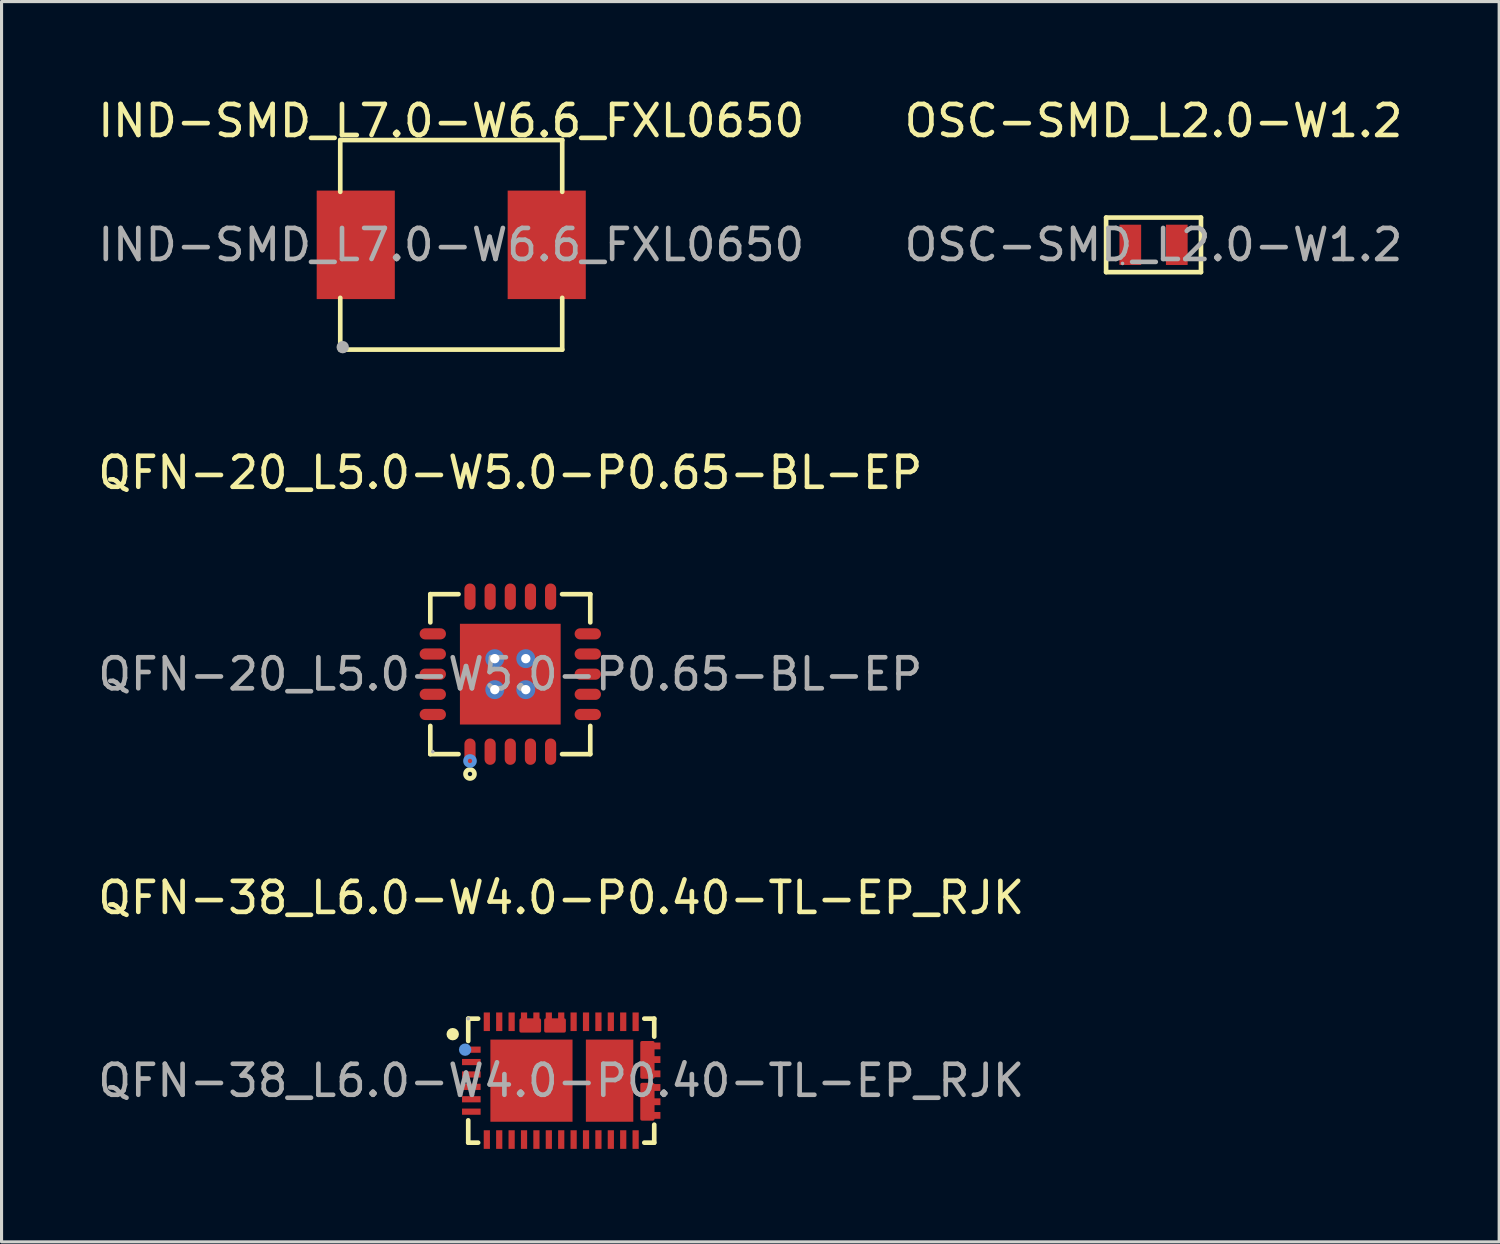
<source format=kicad_pcb>
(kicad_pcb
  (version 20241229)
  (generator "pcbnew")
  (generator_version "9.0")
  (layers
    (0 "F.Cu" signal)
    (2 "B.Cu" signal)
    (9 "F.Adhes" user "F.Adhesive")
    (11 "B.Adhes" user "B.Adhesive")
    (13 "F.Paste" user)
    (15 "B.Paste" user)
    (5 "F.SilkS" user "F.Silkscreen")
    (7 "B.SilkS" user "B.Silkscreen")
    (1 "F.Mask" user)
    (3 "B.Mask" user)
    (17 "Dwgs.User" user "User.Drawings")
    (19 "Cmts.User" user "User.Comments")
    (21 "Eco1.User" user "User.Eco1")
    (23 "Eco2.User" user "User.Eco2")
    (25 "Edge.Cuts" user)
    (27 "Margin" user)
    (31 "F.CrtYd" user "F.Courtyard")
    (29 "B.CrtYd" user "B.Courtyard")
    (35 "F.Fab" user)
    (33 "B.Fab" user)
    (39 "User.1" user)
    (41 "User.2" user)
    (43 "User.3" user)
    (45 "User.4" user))
  (footprint "QFN-38_L6.0-W4.0-P0.40-TL-EP_RJK"
    (layer "F.Cu")
    (at 15.054 31.81)
    (property "Reference" "QFN-38_L6.0-W4.0-P0.40-TL-EP_RJK" (at 0 -5.9 0) (layer "F.SilkS") (effects (font (size 1 1) (thickness 0.15))))
    (attr smd)
    (fp_line (start -3 -2) (end -3 -1.28) (stroke (width 0.15) (type solid)) (layer "F.SilkS"))
    (fp_line (start -3 1.28) (end -3 2) (stroke (width 0.15) (type solid)) (layer "F.SilkS"))
    (fp_line (start -3 2) (end -2.68 2) (stroke (width 0.15) (type solid)) (layer "F.SilkS"))
    (fp_line (start -2.68 -2) (end -3 -2) (stroke (width 0.15) (type solid)) (layer "F.SilkS"))
    (fp_line (start 2.68 2) (end 3 2) (stroke (width 0.15) (type solid)) (layer "F.SilkS"))
    (fp_line (start 3 -2) (end 2.68 -2) (stroke (width 0.15) (type solid)) (layer "F.SilkS"))
    (fp_line (start 3 -1.42) (end 3 -2) (stroke (width 0.15) (type solid)) (layer "F.SilkS"))
    (fp_line (start 3 2) (end 3 1.42) (stroke (width 0.15) (type solid)) (layer "F.SilkS"))
    (fp_circle (center -3.5 -1.5) (end -3.4 -1.5) (stroke (width 0.2) (type solid)) (fill no) (layer "F.SilkS"))
    (fp_circle (center -3.1 -1) (end -3 -1) (stroke (width 0.2) (type solid)) (fill no) (layer "Cmts.User"))
    (fp_circle (center -3 -2) (end -2.97 -2) (stroke (width 0.06) (type solid)) (fill no) (layer "F.Fab"))
    (fp_text user "${REFERENCE}" (at 0 0 0) (layer "F.Fab") (effects (font (size 1 1) (thickness 0.15))))
    (pad "1" smd rect (at -2.9 -1) (size 0.6 0.2) (layers "F.Cu" "F.Mask" "F.Paste"))
    (pad "2" smd rect (at -2.9 -0.6) (size 0.6 0.2) (layers "F.Cu" "F.Mask" "F.Paste"))
    (pad "3" smd rect (at -2.9 -0.2) (size 0.6 0.2) (layers "F.Cu" "F.Mask" "F.Paste"))
    (pad "4" smd rect (at -2.9 0.2) (size 0.6 0.2) (layers "F.Cu" "F.Mask" "F.Paste"))
    (pad "5" smd rect (at -2.9 0.6) (size 0.6 0.2) (layers "F.Cu" "F.Mask" "F.Paste"))
    (pad "6" smd rect (at -2.9 1) (size 0.6 0.2) (layers "F.Cu" "F.Mask" "F.Paste"))
    (pad "7" smd rect (at -2.4 1.9) (size 0.2 0.6) (layers "F.Cu" "F.Mask" "F.Paste"))
    (pad "8" smd rect (at -2 1.9) (size 0.2 0.6) (layers "F.Cu" "F.Mask" "F.Paste"))
    (pad "9" smd rect (at -1.6 1.9) (size 0.2 0.6) (layers "F.Cu" "F.Mask" "F.Paste"))
    (pad "10" smd rect (at -1.2 1.9) (size 0.2 0.6) (layers "F.Cu" "F.Mask" "F.Paste"))
    (pad "11" smd rect (at -0.8 1.9) (size 0.2 0.6) (layers "F.Cu" "F.Mask" "F.Paste"))
    (pad "12" smd rect (at -0.4 1.9) (size 0.2 0.6) (layers "F.Cu" "F.Mask" "F.Paste"))
    (pad "13" smd rect (at 0 1.9) (size 0.2 0.6) (layers "F.Cu" "F.Mask" "F.Paste"))
    (pad "14" smd rect (at 0.4 1.9) (size 0.2 0.6) (layers "F.Cu" "F.Mask" "F.Paste"))
    (pad "15" smd rect (at 0.8 1.9) (size 0.2 0.6) (layers "F.Cu" "F.Mask" "F.Paste"))
    (pad "16" smd rect (at 1.2 1.9) (size 0.2 0.6) (layers "F.Cu" "F.Mask" "F.Paste"))
    (pad "17" smd rect (at 1.6 1.9) (size 0.2 0.6) (layers "F.Cu" "F.Mask" "F.Paste"))
    (pad "18" smd rect (at 2 1.9) (size 0.2 0.6) (layers "F.Cu" "F.Mask" "F.Paste"))
    (pad "19" smd rect (at 2.4 1.9) (size 0.2 0.6) (layers "F.Cu" "F.Mask" "F.Paste"))
    (pad "20" smd rect (at 2.9 1.12) (size 0.6 0.22) (layers "F.Cu" "F.Mask" "F.Paste"))
    (pad "21" smd rect (at 2.9 0.68) (size 0.6 0.22) (layers "F.Cu" "F.Mask" "F.Paste"))
    (pad "22" smd custom (at 2.78 0.67) (size 0.01 0.01) (layers "F.Cu" "F.Mask" "F.Paste") (options (anchor circle)) (primitives (gr_poly (pts (xy 0.18 -0.55) (xy 0.18 0.57) (xy -0.18 0.57) (xy -0.18 -0.55)) (width 0.1) (fill yes))))
    (pad "22" smd rect (at 2.9 0.22) (size 0.6 0.22) (layers "F.Cu" "F.Mask" "F.Paste"))
    (pad "23" smd rect (at 2.9 -0.22) (size 0.6 0.22) (layers "F.Cu" "F.Mask" "F.Paste"))
    (pad "24" smd rect (at 2.9 -0.68) (size 0.6 0.22) (layers "F.Cu" "F.Mask" "F.Paste"))
    (pad "25" smd custom (at 2.78 -0.68) (size 0.01 0.01) (layers "F.Cu" "F.Mask" "F.Paste") (options (anchor circle)) (primitives (gr_poly (pts (xy 0.18 -0.55) (xy 0.18 0.57) (xy -0.18 0.57) (xy -0.18 -0.55)) (width 0.1) (fill yes))))
    (pad "25" smd rect (at 2.9 -1.12) (size 0.6 0.22) (layers "F.Cu" "F.Mask" "F.Paste"))
    (pad "26" smd rect (at 2.4 -1.9) (size 0.2 0.6) (layers "F.Cu" "F.Mask" "F.Paste"))
    (pad "27" smd rect (at 2 -1.9) (size 0.2 0.6) (layers "F.Cu" "F.Mask" "F.Paste"))
    (pad "28" smd rect (at 1.6 -1.9) (size 0.2 0.6) (layers "F.Cu" "F.Mask" "F.Paste"))
    (pad "29" smd rect (at 1.2 -1.9) (size 0.2 0.6) (layers "F.Cu" "F.Mask" "F.Paste"))
    (pad "30" smd rect (at 0.8 -1.9) (size 0.2 0.6) (layers "F.Cu" "F.Mask" "F.Paste"))
    (pad "31" smd rect (at 0.4 -1.9) (size 0.2 0.6) (layers "F.Cu" "F.Mask" "F.Paste"))
    (pad "32" smd rect (at 0 -1.9) (size 0.2 0.6) (layers "F.Cu" "F.Mask" "F.Paste"))
    (pad "33" smd rect (at -0.4 -1.9) (size 0.2 0.6) (layers "F.Cu" "F.Mask" "F.Paste"))
    (pad "33" smd custom (at -0.2 -1.78) (size 0.01 0.01) (layers "F.Cu" "F.Mask" "F.Paste") (options (anchor circle)) (primitives (gr_poly (pts (xy 0.3 -0.18) (xy 0.3 0.18) (xy -0.3 0.18) (xy -0.3 -0.18) (xy 0.3 -0.18)) (width 0.1) (fill yes))))
    (pad "34" smd rect (at -0.8 -1.9) (size 0.2 0.6) (layers "F.Cu" "F.Mask" "F.Paste"))
    (pad "35" smd rect (at -1.2 -1.9) (size 0.2 0.6) (layers "F.Cu" "F.Mask" "F.Paste"))
    (pad "35" smd custom (at -1 -1.78) (size 0.01 0.01) (layers "F.Cu" "F.Mask" "F.Paste") (options (anchor circle)) (primitives (gr_poly (pts (xy 0.3 -0.18) (xy 0.3 0.18) (xy -0.3 0.18) (xy -0.3 -0.18) (xy 0.3 -0.18)) (width 0.1) (fill yes))))
    (pad "36" smd rect (at -1.6 -1.9) (size 0.2 0.6) (layers "F.Cu" "F.Mask" "F.Paste"))
    (pad "37" smd rect (at -2 -1.9) (size 0.2 0.6) (layers "F.Cu" "F.Mask" "F.Paste"))
    (pad "38" smd rect (at -2.4 -1.9) (size 0.2 0.6) (layers "F.Cu" "F.Mask" "F.Paste"))
    (pad "39" smd rect (at -0.96 0) (size 2.65 2.65) (layers "F.Cu" "F.Mask" "F.Paste"))
    (pad "40" smd rect (at 1.56 0) (size 1.53 2.65) (layers "F.Cu" "F.Mask" "F.Paste")))
  (footprint "OSC-SMD_L2.0-W1.2"
    (layer "F.Cu")
    (at 34.161 4.848)
    (property "Reference" "OSC-SMD_L2.0-W1.2" (at 0 -4 0) (layer "F.SilkS") (effects (font (size 1 1) (thickness 0.15))))
    (attr smd)
    (fp_line (start -1.53 -0.88) (end 1.53 -0.88) (stroke (width 0.15) (type solid)) (layer "F.SilkS"))
    (fp_line (start -1.53 0.88) (end -1.53 -0.88) (stroke (width 0.15) (type solid)) (layer "F.SilkS"))
    (fp_line (start 1.53 -0.88) (end 1.53 0.88) (stroke (width 0.15) (type solid)) (layer "F.SilkS"))
    (fp_line (start 1.53 0.88) (end -1.53 0.88) (stroke (width 0.15) (type solid)) (layer "F.SilkS"))
    (fp_circle (center -1 0.6) (end -0.97 0.6) (stroke (width 0.06) (type solid)) (fill no) (layer "F.Fab"))
    (fp_text user "${REFERENCE}" (at 0 0 0) (layer "F.Fab") (effects (font (size 1 1) (thickness 0.15))))
    (pad "1" smd rect (at -0.75 0) (size 0.7 1.3) (layers "F.Cu" "F.Mask" "F.Paste"))
    (pad "2" smd rect (at 0.75 0) (size 0.7 1.3) (layers "F.Cu" "F.Mask" "F.Paste")))
  (footprint "IND-SMD_L7.0-W6.6_FXL0650"
    (layer "F.Cu")
    (at 11.506 4.848)
    (property "Reference" "IND-SMD_L7.0-W6.6_FXL0650" (at 0 -4 0) (layer "F.SilkS") (effects (font (size 1 1) (thickness 0.15))))
    (attr smd)
    (fp_line (start -3.58 -3.38) (end 3.58 -3.38) (stroke (width 0.15) (type solid)) (layer "F.SilkS"))
    (fp_line (start -3.58 -1.71) (end -3.58 -3.38) (stroke (width 0.15) (type solid)) (layer "F.SilkS"))
    (fp_line (start -3.58 1.71) (end -3.58 3.38) (stroke (width 0.15) (type solid)) (layer "F.SilkS"))
    (fp_line (start -3.58 3.38) (end 3.58 3.38) (stroke (width 0.15) (type solid)) (layer "F.SilkS"))
    (fp_line (start 3.58 -3.38) (end 3.58 -1.71) (stroke (width 0.15) (type solid)) (layer "F.SilkS"))
    (fp_line (start 3.58 3.38) (end 3.58 1.71) (stroke (width 0.15) (type solid)) (layer "F.SilkS"))
    (fp_circle (center -3.5 3.3) (end -3.4 3.3) (stroke (width 0.2) (type solid)) (fill no) (layer "F.Fab"))
    (fp_text user "${REFERENCE}" (at 0 0 0) (layer "F.Fab") (effects (font (size 1 1) (thickness 0.15))))
    (pad "1" smd rect (at 3.08 0) (size 2.52 3.5) (layers "F.Cu" "F.Mask" "F.Paste"))
    (pad "2" smd rect (at -3.08 0) (size 2.52 3.5) (layers "F.Cu" "F.Mask" "F.Paste")))
  (footprint "QFN-20_L5.0-W5.0-P0.65-BL-EP"
    (layer "F.Cu")
    (at 13.411 18.697)
    (property "Reference" "QFN-20_L5.0-W5.0-P0.65-BL-EP" (at 0 -6.5 0) (layer "F.SilkS") (effects (font (size 1 1) (thickness 0.15))))
    (attr smd)
    (fp_line (start -2.58 -2.58) (end -1.67 -2.58) (stroke (width 0.15) (type solid)) (layer "F.SilkS"))
    (fp_line (start -2.58 -1.67) (end -2.58 -2.58) (stroke (width 0.15) (type solid)) (layer "F.SilkS"))
    (fp_line (start -2.58 1.67) (end -2.58 2.58) (stroke (width 0.15) (type solid)) (layer "F.SilkS"))
    (fp_line (start -2.58 2.58) (end -1.67 2.58) (stroke (width 0.15) (type solid)) (layer "F.SilkS"))
    (fp_line (start 2.58 -2.58) (end 1.67 -2.58) (stroke (width 0.15) (type solid)) (layer "F.SilkS"))
    (fp_line (start 2.58 -1.67) (end 2.58 -2.58) (stroke (width 0.15) (type solid)) (layer "F.SilkS"))
    (fp_line (start 2.58 1.67) (end 2.58 2.58) (stroke (width 0.15) (type solid)) (layer "F.SilkS"))
    (fp_line (start 2.58 2.58) (end 1.67 2.58) (stroke (width 0.15) (type solid)) (layer "F.SilkS"))
    (fp_circle (center -1.3 3.22) (end -1.23 3.22) (stroke (width 0.15) (type solid)) (fill no) (layer "F.SilkS"))
    (fp_circle (center -1.3 2.8) (end -1.23 2.8) (stroke (width 0.15) (type solid)) (fill no) (layer "Cmts.User"))
    (fp_circle (center -2.5 2.5) (end -2.47 2.5) (stroke (width 0.06) (type solid)) (fill no) (layer "F.Fab"))
    (fp_text user "${REFERENCE}" (at 0 0 0) (layer "F.Fab") (effects (font (size 1 1) (thickness 0.15))))
    (pad "" thru_hole circle (at -0.5 -0.5) (size 0.61 0.61) (drill 0.3) (layers "*.Cu" "*.Paste" "*.Mask"))
    (pad "" thru_hole circle (at -0.5 0.5) (size 0.61 0.61) (drill 0.3) (layers "*.Cu" "*.Paste" "*.Mask"))
    (pad "" thru_hole circle (at 0.5 -0.5) (size 0.61 0.61) (drill 0.3) (layers "*.Cu" "*.Paste" "*.Mask"))
    (pad "" thru_hole circle (at 0.5 0.5) (size 0.61 0.61) (drill 0.3) (layers "*.Cu" "*.Paste" "*.Mask"))
    (pad "1" smd oval (at -1.3 2.5) (size 0.36 0.85) (layers "F.Cu" "F.Mask" "F.Paste"))
    (pad "2" smd oval (at -0.65 2.5) (size 0.36 0.85) (layers "F.Cu" "F.Mask" "F.Paste"))
    (pad "3" smd oval (at 0 2.5) (size 0.36 0.85) (layers "F.Cu" "F.Mask" "F.Paste"))
    (pad "4" smd oval (at 0.65 2.5) (size 0.36 0.85) (layers "F.Cu" "F.Mask" "F.Paste"))
    (pad "5" smd oval (at 1.3 2.5) (size 0.36 0.85) (layers "F.Cu" "F.Mask" "F.Paste"))
    (pad "6" smd oval (at 2.5 1.3) (size 0.85 0.36) (layers "F.Cu" "F.Mask" "F.Paste"))
    (pad "7" smd oval (at 2.5 0.65) (size 0.85 0.36) (layers "F.Cu" "F.Mask" "F.Paste"))
    (pad "8" smd oval (at 2.5 0) (size 0.85 0.36) (layers "F.Cu" "F.Mask" "F.Paste"))
    (pad "9" smd oval (at 2.5 -0.65) (size 0.85 0.36) (layers "F.Cu" "F.Mask" "F.Paste"))
    (pad "10" smd oval (at 2.5 -1.3) (size 0.85 0.36) (layers "F.Cu" "F.Mask" "F.Paste"))
    (pad "11" smd oval (at 1.3 -2.5) (size 0.36 0.85) (layers "F.Cu" "F.Mask" "F.Paste"))
    (pad "12" smd oval (at 0.65 -2.5) (size 0.36 0.85) (layers "F.Cu" "F.Mask" "F.Paste"))
    (pad "13" smd oval (at 0 -2.5) (size 0.36 0.85) (layers "F.Cu" "F.Mask" "F.Paste"))
    (pad "14" smd oval (at -0.65 -2.5) (size 0.36 0.85) (layers "F.Cu" "F.Mask" "F.Paste"))
    (pad "15" smd oval (at -1.3 -2.5) (size 0.36 0.85) (layers "F.Cu" "F.Mask" "F.Paste"))
    (pad "16" smd oval (at -2.5 -1.3) (size 0.85 0.36) (layers "F.Cu" "F.Mask" "F.Paste"))
    (pad "17" smd oval (at -2.5 -0.65) (size 0.85 0.36) (layers "F.Cu" "F.Mask" "F.Paste"))
    (pad "18" smd oval (at -2.5 0) (size 0.85 0.36) (layers "F.Cu" "F.Mask" "F.Paste"))
    (pad "19" smd oval (at -2.5 0.65) (size 0.85 0.36) (layers "F.Cu" "F.Mask" "F.Paste"))
    (pad "20" smd oval (at -2.5 1.3) (size 0.85 0.36) (layers "F.Cu" "F.Mask" "F.Paste"))
    (pad "21" smd rect (at 0 0) (size 3.25 3.25) (layers "F.Cu" "F.Mask" "F.Paste")))
  (gr_rect
    (start -3 -3)
    (end 45.31 37.01)
    (stroke (width 0.1) (type default))
    (fill no)
    (layer "Edge.Cuts")))
</source>
